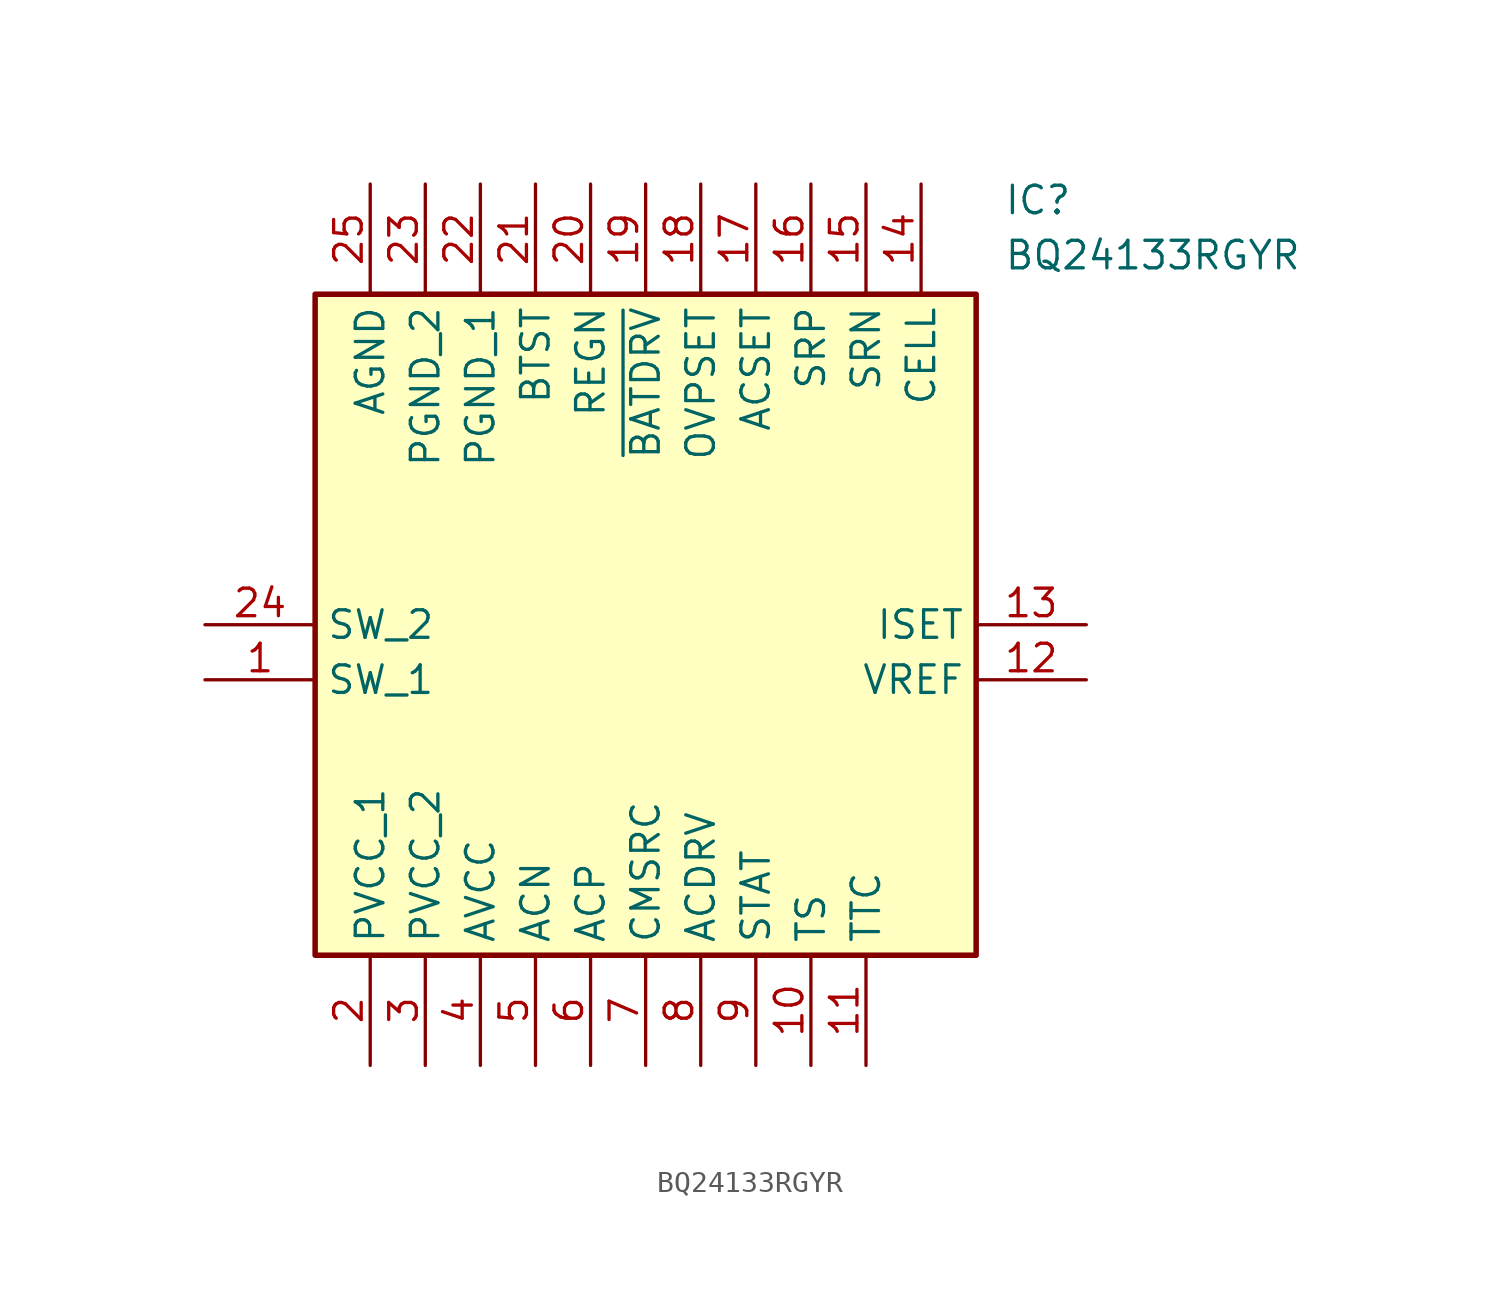
<source format=kicad_sym>
(kicad_symbol_lib
  (version 20211014)
  (generator SamacSys_ECAD_Model)
  (symbol "BQ24133RGYR"
    (property "Reference" "IC"
      (at 36.83 20.32 0)
      (effects (font (size 1.27 1.27)) (justify left top)))
    (property "Value" "BQ24133RGYR"
      (at 36.83 17.78 0)
      (effects (font (size 1.27 1.27)) (justify left top)))
    (rectangle
      (start 5.08 15.24)
      (end 35.56 -15.24)
      (stroke (width 0.254) (type default))
      (fill (type background)))
    (pin passive line
      (at 0 -2.54 0)
      (length 5.08)
      (name "SW_1" (effects (font (size 1.27 1.27))))
      (number "1" (effects (font (size 1.27 1.27)))))
    (pin passive line
      (at 7.62 -20.32 90)
      (length 5.08)
      (name "PVCC_1" (effects (font (size 1.27 1.27))))
      (number "2" (effects (font (size 1.27 1.27)))))
    (pin passive line
      (at 10.16 -20.32 90)
      (length 5.08)
      (name "PVCC_2" (effects (font (size 1.27 1.27))))
      (number "3" (effects (font (size 1.27 1.27)))))
    (pin passive line
      (at 12.7 -20.32 90)
      (length 5.08)
      (name "AVCC" (effects (font (size 1.27 1.27))))
      (number "4" (effects (font (size 1.27 1.27)))))
    (pin passive line
      (at 15.24 -20.32 90)
      (length 5.08)
      (name "ACN" (effects (font (size 1.27 1.27))))
      (number "5" (effects (font (size 1.27 1.27)))))
    (pin passive line
      (at 17.78 -20.32 90)
      (length 5.08)
      (name "ACP" (effects (font (size 1.27 1.27))))
      (number "6" (effects (font (size 1.27 1.27)))))
    (pin passive line
      (at 20.32 -20.32 90)
      (length 5.08)
      (name "CMSRC" (effects (font (size 1.27 1.27))))
      (number "7" (effects (font (size 1.27 1.27)))))
    (pin passive line
      (at 22.86 -20.32 90)
      (length 5.08)
      (name "ACDRV" (effects (font (size 1.27 1.27))))
      (number "8" (effects (font (size 1.27 1.27)))))
    (pin passive line
      (at 25.4 -20.32 90)
      (length 5.08)
      (name "STAT" (effects (font (size 1.27 1.27))))
      (number "9" (effects (font (size 1.27 1.27)))))
    (pin passive line
      (at 27.94 -20.32 90)
      (length 5.08)
      (name "TS" (effects (font (size 1.27 1.27))))
      (number "10" (effects (font (size 1.27 1.27)))))
    (pin passive line
      (at 30.48 -20.32 90)
      (length 5.08)
      (name "TTC" (effects (font (size 1.27 1.27))))
      (number "11" (effects (font (size 1.27 1.27)))))
    (pin passive line
      (at 40.64 -2.54 180)
      (length 5.08)
      (name "VREF" (effects (font (size 1.27 1.27))))
      (number "12" (effects (font (size 1.27 1.27)))))
    (pin passive line
      (at 40.64 0 180)
      (length 5.08)
      (name "ISET" (effects (font (size 1.27 1.27))))
      (number "13" (effects (font (size 1.27 1.27)))))
    (pin passive line
      (at 33.02 20.32 270)
      (length 5.08)
      (name "CELL" (effects (font (size 1.27 1.27))))
      (number "14" (effects (font (size 1.27 1.27)))))
    (pin passive line
      (at 30.48 20.32 270)
      (length 5.08)
      (name "SRN" (effects (font (size 1.27 1.27))))
      (number "15" (effects (font (size 1.27 1.27)))))
    (pin passive line
      (at 27.94 20.32 270)
      (length 5.08)
      (name "SRP" (effects (font (size 1.27 1.27))))
      (number "16" (effects (font (size 1.27 1.27)))))
    (pin passive line
      (at 25.4 20.32 270)
      (length 5.08)
      (name "ACSET" (effects (font (size 1.27 1.27))))
      (number "17" (effects (font (size 1.27 1.27)))))
    (pin passive line
      (at 22.86 20.32 270)
      (length 5.08)
      (name "OVPSET" (effects (font (size 1.27 1.27))))
      (number "18" (effects (font (size 1.27 1.27)))))
    (pin passive line
      (at 20.32 20.32 270)
      (length 5.08)
      (name "~{BATDRV}" (effects (font (size 1.27 1.27))))
      (number "19" (effects (font (size 1.27 1.27)))))
    (pin passive line
      (at 17.78 20.32 270)
      (length 5.08)
      (name "REGN" (effects (font (size 1.27 1.27))))
      (number "20" (effects (font (size 1.27 1.27)))))
    (pin passive line
      (at 15.24 20.32 270)
      (length 5.08)
      (name "BTST" (effects (font (size 1.27 1.27))))
      (number "21" (effects (font (size 1.27 1.27)))))
    (pin passive line
      (at 12.7 20.32 270)
      (length 5.08)
      (name "PGND_1" (effects (font (size 1.27 1.27))))
      (number "22" (effects (font (size 1.27 1.27)))))
    (pin passive line
      (at 10.16 20.32 270)
      (length 5.08)
      (name "PGND_2" (effects (font (size 1.27 1.27))))
      (number "23" (effects (font (size 1.27 1.27)))))
    (pin passive line
      (at 0 0 0)
      (length 5.08)
      (name "SW_2" (effects (font (size 1.27 1.27))))
      (number "24" (effects (font (size 1.27 1.27)))))
    (pin passive line
      (at 7.62 20.32 270)
      (length 5.08)
      (name "AGND" (effects (font (size 1.27 1.27))))
      (number "25" (effects (font (size 1.27 1.27)))))))
</source>
